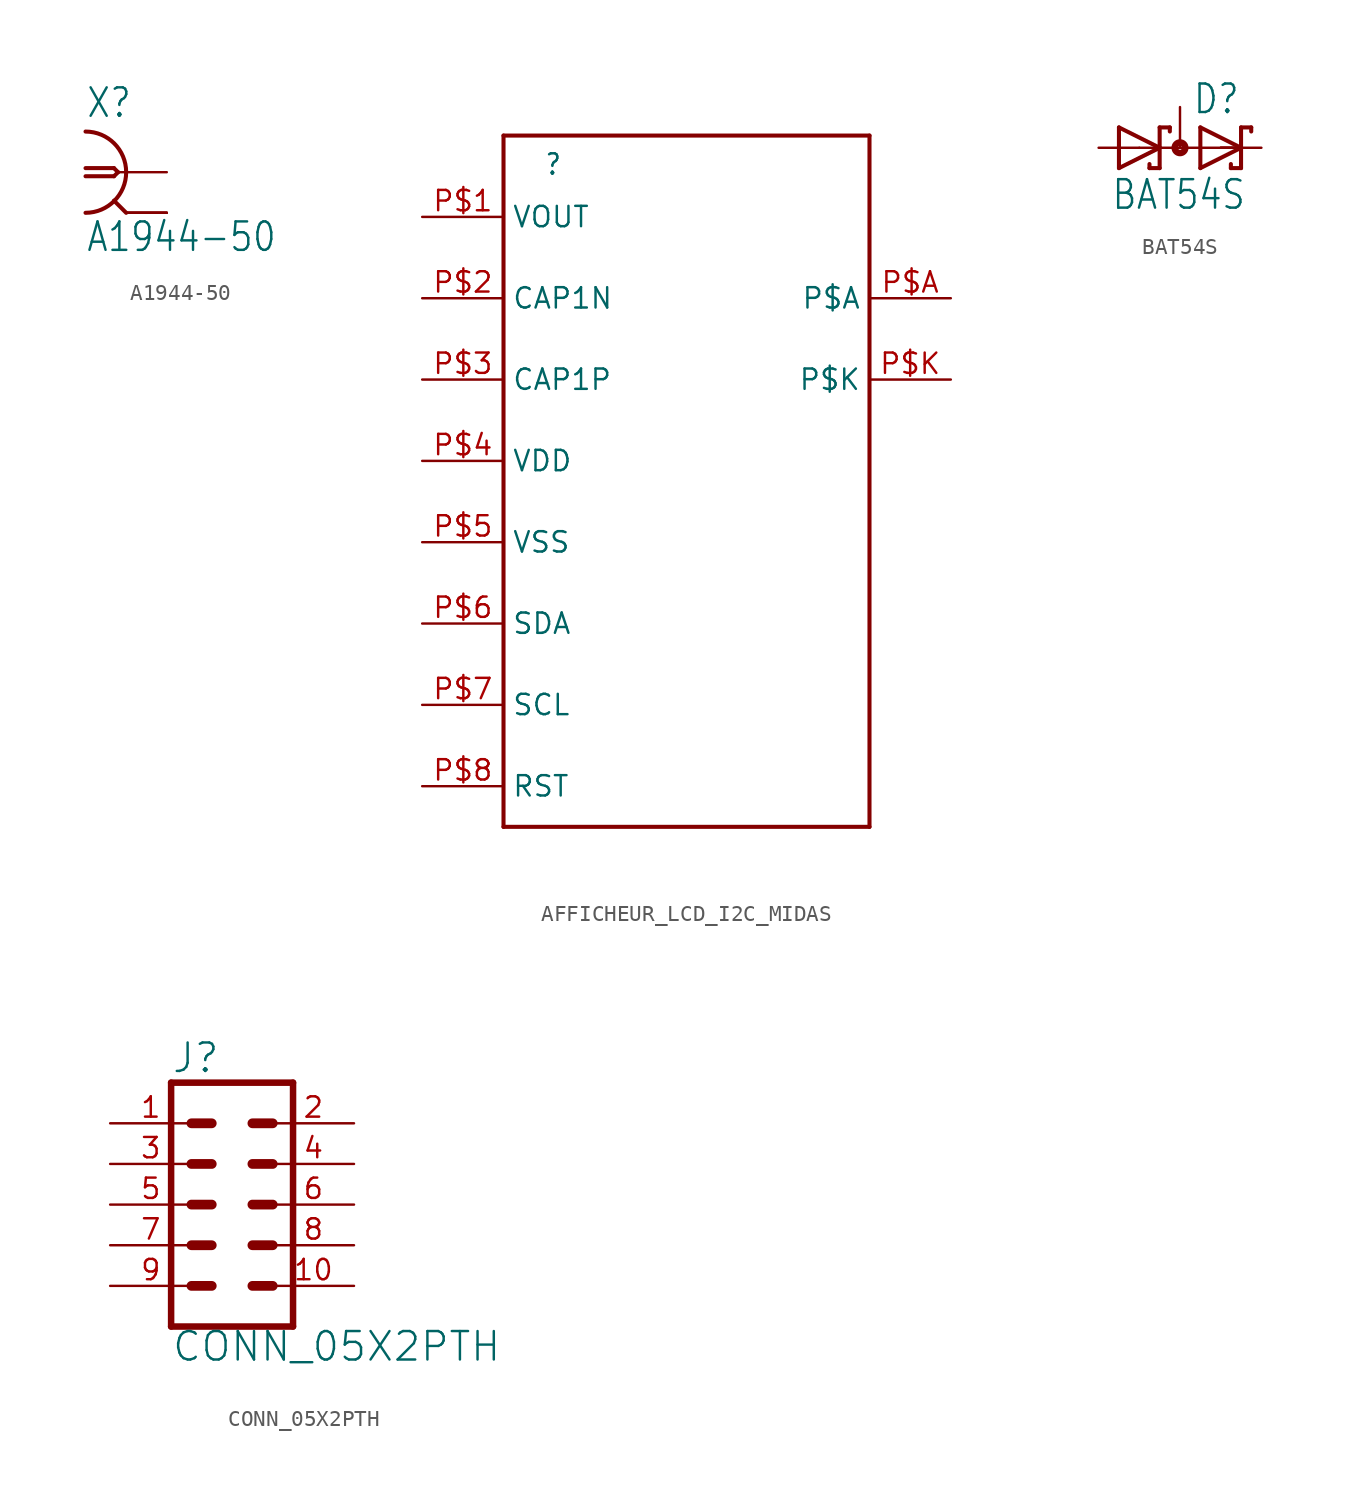
<source format=kicad_sym>
(kicad_symbol_lib
  (version 20211014)
  (generator kicad_symbol_editor)
  (symbol "A1944-50"
    (property "Reference" "X"
      (at -2.54 3.302 0)
      (effects (font (size 1.778 1.511)) (justify left bottom)))
    (property "Value" "A1944-50"
      (at -2.54 -5.08 0)
      (effects (font (size 1.778 1.511)) (justify left bottom)))
    (property "ki_locked" ""
      (at 0 0 0)
      (effects (font (size 1.27 1.27))))
    (symbol "A1944-50_1_0"
      (arc (start -2.54 -2.54) (mid 0 0) (end -2.54 2.54) (stroke (width 0.254) (type default) (color 0 0 0 0)) (fill (type none)))
      (polyline (pts (xy -2.54 0.254) (xy -0.762 0.254)) (stroke (width 0.254) (type default) (color 0 0 0 0)) (fill (type none)))
      (polyline (pts (xy -0.762 -0.254) (xy -2.54 -0.254)) (stroke (width 0.254) (type default) (color 0 0 0 0)) (fill (type none)))
      (polyline (pts (xy -0.762 0.254) (xy -0.508 0)) (stroke (width 0.254) (type default) (color 0 0 0 0)) (fill (type none)))
      (polyline (pts (xy -0.508 0) (xy -0.762 -0.254)) (stroke (width 0.254) (type default) (color 0 0 0 0)) (fill (type none)))
      (polyline (pts (xy 0 -2.54) (xy -0.762 -1.778)) (stroke (width 0.254) (type default) (color 0 0 0 0)) (fill (type none)))
      (polyline (pts (xy 0 0) (xy -0.508 0)) (stroke (width 0.152) (type default) (color 0 0 0 0)) (fill (type none)))
      (pin passive line (at 2.54 0 180) (length 2.54) (name "1" (effects (font (size 0 0)))) (number "1" (effects (font (size 0 0)))))
      (pin passive line (at 2.54 -2.54 180) (length 2.54) (name "2" (effects (font (size 0 0)))) (number "2" (effects (font (size 0 0)))))
      (pin passive line (at 2.54 -2.54 180) (length 2.54) (name "2" (effects (font (size 0 0)))) (number "3" (effects (font (size 0 0)))))
      (pin passive line (at 2.54 -2.54 180) (length 2.54) (name "2" (effects (font (size 0 0)))) (number "4" (effects (font (size 0 0)))))
      (pin passive line (at 2.54 -2.54 180) (length 2.54) (name "2" (effects (font (size 0 0)))) (number "5" (effects (font (size 0 0)))))))
  (symbol "AFFICHEUR_LCD_I2C_MIDAS"
    (property "Reference" ""
      (at -5.08 12.7 0)
      (effects (font (size 1.27 1.079)) (justify left bottom)))
    (property "ki_locked" ""
      (at 0 0 0)
      (effects (font (size 1.27 1.27))))
    (symbol "AFFICHEUR_LCD_I2C_MIDAS_1_0"
      (polyline (pts (xy -7.62 -27.94) (xy -7.62 15.24)) (stroke (width 0.254) (type default) (color 0 0 0 0)) (fill (type none)))
      (polyline (pts (xy -7.62 15.24) (xy 15.24 15.24)) (stroke (width 0.254) (type default) (color 0 0 0 0)) (fill (type none)))
      (polyline (pts (xy 15.24 -27.94) (xy -7.62 -27.94)) (stroke (width 0.254) (type default) (color 0 0 0 0)) (fill (type none)))
      (polyline (pts (xy 15.24 15.24) (xy 15.24 -27.94)) (stroke (width 0.254) (type default) (color 0 0 0 0)) (fill (type none)))
      (pin bidirectional line (at -12.7 10.16 0) (length 5.08) (name "VOUT" (effects (font (size 1.27 1.27)))) (number "P$1" (effects (font (size 1.27 1.27)))))
      (pin bidirectional line (at -12.7 5.08 0) (length 5.08) (name "CAP1N" (effects (font (size 1.27 1.27)))) (number "P$2" (effects (font (size 1.27 1.27)))))
      (pin bidirectional line (at -12.7 0 0) (length 5.08) (name "CAP1P" (effects (font (size 1.27 1.27)))) (number "P$3" (effects (font (size 1.27 1.27)))))
      (pin bidirectional line (at -12.7 -5.08 0) (length 5.08) (name "VDD" (effects (font (size 1.27 1.27)))) (number "P$4" (effects (font (size 1.27 1.27)))))
      (pin bidirectional line (at -12.7 -10.16 0) (length 5.08) (name "VSS" (effects (font (size 1.27 1.27)))) (number "P$5" (effects (font (size 1.27 1.27)))))
      (pin bidirectional line (at -12.7 -15.24 0) (length 5.08) (name "SDA" (effects (font (size 1.27 1.27)))) (number "P$6" (effects (font (size 1.27 1.27)))))
      (pin bidirectional line (at -12.7 -20.32 0) (length 5.08) (name "SCL" (effects (font (size 1.27 1.27)))) (number "P$7" (effects (font (size 1.27 1.27)))))
      (pin bidirectional line (at -12.7 -25.4 0) (length 5.08) (name "RST" (effects (font (size 1.27 1.27)))) (number "P$8" (effects (font (size 1.27 1.27)))))
      (pin bidirectional line (at 20.32 5.08 180) (length 5.08) (name "P$A" (effects (font (size 1.27 1.27)))) (number "P$A" (effects (font (size 1.27 1.27)))))
      (pin bidirectional line (at 20.32 0 180) (length 5.08) (name "P$K" (effects (font (size 1.27 1.27)))) (number "P$K" (effects (font (size 1.27 1.27)))))))
  (symbol "BAT54S"
    (property "Reference" "D"
      (at 0.762 2.007 0)
      (effects (font (size 1.778 1.511)) (justify left bottom)))
    (property "Value" "BAT54S"
      (at -4.318 -3.962 0)
      (effects (font (size 1.778 1.511)) (justify left bottom)))
    (property "ki_locked" ""
      (at 0 0 0)
      (effects (font (size 1.27 1.27))))
    (symbol "BAT54S_1_0"
      (polyline (pts (xy -3.81 -1.27) (xy -1.27 0)) (stroke (width 0.254) (type default) (color 0 0 0 0)) (fill (type none)))
      (polyline (pts (xy -3.81 1.27) (xy -3.81 -1.27)) (stroke (width 0.254) (type default) (color 0 0 0 0)) (fill (type none)))
      (polyline (pts (xy -2.54 0) (xy -1.27 0)) (stroke (width 0.152) (type default) (color 0 0 0 0)) (fill (type none)))
      (polyline (pts (xy -1.905 -1.016) (xy -1.905 -1.27)) (stroke (width 0.254) (type default) (color 0 0 0 0)) (fill (type none)))
      (polyline (pts (xy -1.27 -1.27) (xy -1.905 -1.27)) (stroke (width 0.254) (type default) (color 0 0 0 0)) (fill (type none)))
      (polyline (pts (xy -1.27 0) (xy -3.81 1.27)) (stroke (width 0.254) (type default) (color 0 0 0 0)) (fill (type none)))
      (polyline (pts (xy -1.27 0) (xy -1.27 -1.27)) (stroke (width 0.254) (type default) (color 0 0 0 0)) (fill (type none)))
      (polyline (pts (xy -1.27 0) (xy 3.81 0)) (stroke (width 0.152) (type default) (color 0 0 0 0)) (fill (type none)))
      (polyline (pts (xy -1.27 1.27) (xy -1.27 0)) (stroke (width 0.254) (type default) (color 0 0 0 0)) (fill (type none)))
      (polyline (pts (xy -0.635 1.016) (xy -0.635 1.27)) (stroke (width 0.254) (type default) (color 0 0 0 0)) (fill (type none)))
      (polyline (pts (xy -0.635 1.27) (xy -1.27 1.27)) (stroke (width 0.254) (type default) (color 0 0 0 0)) (fill (type none)))
      (polyline (pts (xy 1.27 -1.27) (xy 1.27 1.27)) (stroke (width 0.254) (type default) (color 0 0 0 0)) (fill (type none)))
      (polyline (pts (xy 1.27 1.27) (xy 3.81 0)) (stroke (width 0.254) (type default) (color 0 0 0 0)) (fill (type none)))
      (polyline (pts (xy 2.54 0) (xy 3.81 0)) (stroke (width 0.152) (type default) (color 0 0 0 0)) (fill (type none)))
      (polyline (pts (xy 3.175 -1.27) (xy 3.81 -1.27)) (stroke (width 0.254) (type default) (color 0 0 0 0)) (fill (type none)))
      (polyline (pts (xy 3.175 -1.016) (xy 3.175 -1.27)) (stroke (width 0.254) (type default) (color 0 0 0 0)) (fill (type none)))
      (polyline (pts (xy 3.81 -1.27) (xy 3.81 0)) (stroke (width 0.254) (type default) (color 0 0 0 0)) (fill (type none)))
      (polyline (pts (xy 3.81 0) (xy 1.27 -1.27)) (stroke (width 0.254) (type default) (color 0 0 0 0)) (fill (type none)))
      (polyline (pts (xy 3.81 0) (xy 3.81 1.27)) (stroke (width 0.254) (type default) (color 0 0 0 0)) (fill (type none)))
      (polyline (pts (xy 3.81 1.27) (xy 4.445 1.27)) (stroke (width 0.254) (type default) (color 0 0 0 0)) (fill (type none)))
      (polyline (pts (xy 4.445 1.016) (xy 4.445 1.27)) (stroke (width 0.254) (type default) (color 0 0 0 0)) (fill (type none)))
      (circle (center 0 0) (radius 0.127) (stroke (width 0.406) (type default) (color 0 0 0 0)) (fill (type none)))
      (pin passive line (at -5.08 0 0) (length 2.54) (name "A1" (effects (font (size 0 0)))) (number "1" (effects (font (size 0 0)))))
      (pin passive line (at 5.08 0 180) (length 2.54) (name "C2" (effects (font (size 0 0)))) (number "2" (effects (font (size 0 0)))))
      (pin passive line (at 0 2.54 270) (length 2.54) (name "C1A2" (effects (font (size 0 0)))) (number "3" (effects (font (size 0 0)))))))
  (symbol "CONN_05X2PTH"
    (property "Reference" "J"
      (at -3.81 8.128 0)
      (effects (font (size 1.778 1.778)) (justify left bottom)))
    (property "Value" "CONN_05X2PTH"
      (at -3.81 -9.906 0)
      (effects (font (size 1.778 1.778)) (justify left bottom)))
    (property "ki_locked" ""
      (at 0 0 0)
      (effects (font (size 1.27 1.27))))
    (symbol "CONN_05X2PTH_1_0"
      (polyline (pts (xy -3.81 7.62) (xy -3.81 -7.62)) (stroke (width 0.406) (type default) (color 0 0 0 0)) (fill (type none)))
      (polyline (pts (xy -3.81 7.62) (xy 3.81 7.62)) (stroke (width 0.406) (type default) (color 0 0 0 0)) (fill (type none)))
      (polyline (pts (xy -1.27 -5.08) (xy -2.54 -5.08)) (stroke (width 0.61) (type default) (color 0 0 0 0)) (fill (type none)))
      (polyline (pts (xy -1.27 -2.54) (xy -2.54 -2.54)) (stroke (width 0.61) (type default) (color 0 0 0 0)) (fill (type none)))
      (polyline (pts (xy -1.27 0) (xy -2.54 0)) (stroke (width 0.61) (type default) (color 0 0 0 0)) (fill (type none)))
      (polyline (pts (xy -1.27 2.54) (xy -2.54 2.54)) (stroke (width 0.61) (type default) (color 0 0 0 0)) (fill (type none)))
      (polyline (pts (xy -1.27 5.08) (xy -2.54 5.08)) (stroke (width 0.61) (type default) (color 0 0 0 0)) (fill (type none)))
      (polyline (pts (xy 1.27 -5.08) (xy 2.54 -5.08)) (stroke (width 0.61) (type default) (color 0 0 0 0)) (fill (type none)))
      (polyline (pts (xy 1.27 -2.54) (xy 2.54 -2.54)) (stroke (width 0.61) (type default) (color 0 0 0 0)) (fill (type none)))
      (polyline (pts (xy 1.27 0) (xy 2.54 0)) (stroke (width 0.61) (type default) (color 0 0 0 0)) (fill (type none)))
      (polyline (pts (xy 1.27 2.54) (xy 2.54 2.54)) (stroke (width 0.61) (type default) (color 0 0 0 0)) (fill (type none)))
      (polyline (pts (xy 1.27 5.08) (xy 2.54 5.08)) (stroke (width 0.61) (type default) (color 0 0 0 0)) (fill (type none)))
      (polyline (pts (xy 3.81 -7.62) (xy -3.81 -7.62)) (stroke (width 0.406) (type default) (color 0 0 0 0)) (fill (type none)))
      (polyline (pts (xy 3.81 -7.62) (xy 3.81 7.62)) (stroke (width 0.406) (type default) (color 0 0 0 0)) (fill (type none)))
      (pin passive line (at -7.62 5.08 0) (length 5.08) (name "1" (effects (font (size 0 0)))) (number "1" (effects (font (size 1.27 1.27)))))
      (pin passive line (at 7.62 -5.08 180) (length 5.08) (name "10" (effects (font (size 0 0)))) (number "10" (effects (font (size 1.27 1.27)))))
      (pin passive line (at 7.62 5.08 180) (length 5.08) (name "2" (effects (font (size 0 0)))) (number "2" (effects (font (size 1.27 1.27)))))
      (pin passive line (at -7.62 2.54 0) (length 5.08) (name "3" (effects (font (size 0 0)))) (number "3" (effects (font (size 1.27 1.27)))))
      (pin passive line (at 7.62 2.54 180) (length 5.08) (name "4" (effects (font (size 0 0)))) (number "4" (effects (font (size 1.27 1.27)))))
      (pin passive line (at -7.62 0 0) (length 5.08) (name "5" (effects (font (size 0 0)))) (number "5" (effects (font (size 1.27 1.27)))))
      (pin passive line (at 7.62 0 180) (length 5.08) (name "6" (effects (font (size 0 0)))) (number "6" (effects (font (size 1.27 1.27)))))
      (pin passive line (at -7.62 -2.54 0) (length 5.08) (name "7" (effects (font (size 0 0)))) (number "7" (effects (font (size 1.27 1.27)))))
      (pin passive line (at 7.62 -2.54 180) (length 5.08) (name "8" (effects (font (size 0 0)))) (number "8" (effects (font (size 1.27 1.27)))))
      (pin passive line (at -7.62 -5.08 0) (length 5.08) (name "9" (effects (font (size 0 0)))) (number "9" (effects (font (size 1.27 1.27))))))))
</source>
